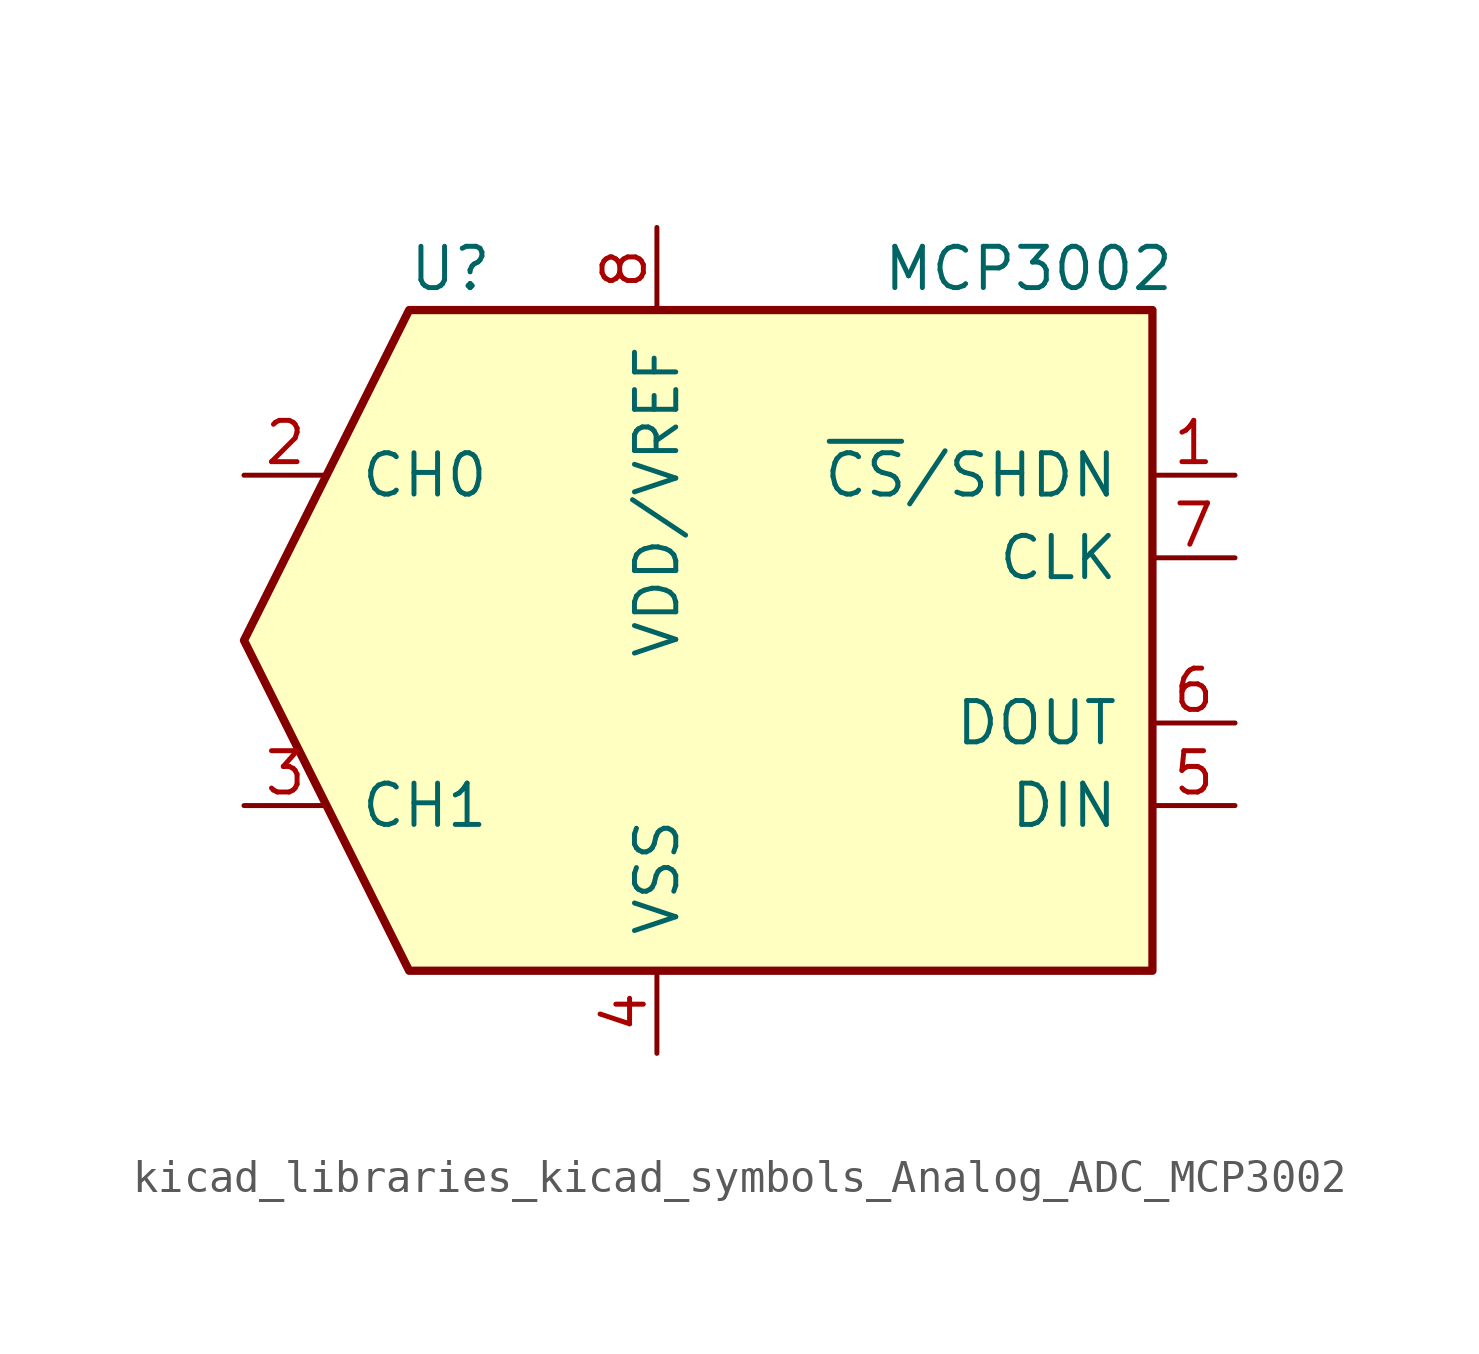
<source format=kicad_sym>
(kicad_symbol_lib
  (version 20220914)
  (generator kicad_symbol_editor)
  (symbol "kicad_libraries_kicad_symbols_Analog_ADC_MCP3002"
    (pin_names
      (offset 1.016))
    (property "Reference" "U"
      (at -6.35 11.43 0)
      (effects (font (size 1.27 1.27))))
    (property "Value" "MCP3002"
      (at 11.43 11.43 0)
      (effects (font (size 1.27 1.27))))
    (symbol "kicad_libraries_kicad_symbols_Analog_ADC_MCP3002_0_1"
      (polyline (pts (xy 15.24 10.16) (xy -7.62 10.16) (xy -12.7 0) (xy -7.62 -10.16) (xy 15.24 -10.16) (xy 15.24 10.16)) (stroke (width 0.254) (type default)) (fill (type background))))
    (symbol "kicad_libraries_kicad_symbols_Analog_ADC_MCP3002_1_1"
      (pin input line (at 17.78 5.08 180) (length 2.54) (name "~{CS}/SHDN" (effects (font (size 1.27 1.27)))) (number "1" (effects (font (size 1.27 1.27)))))
      (pin passive line (at -12.7 5.08 0) (length 2.54) (name "CH0" (effects (font (size 1.27 1.27)))) (number "2" (effects (font (size 1.27 1.27)))))
      (pin passive line (at -12.7 -5.08 0) (length 2.54) (name "CH1" (effects (font (size 1.27 1.27)))) (number "3" (effects (font (size 1.27 1.27)))))
      (pin power_in line (at 0 -12.7 90) (length 2.54) (name "VSS" (effects (font (size 1.27 1.27)))) (number "4" (effects (font (size 1.27 1.27)))))
      (pin input line (at 17.78 -5.08 180) (length 2.54) (name "DIN" (effects (font (size 1.27 1.27)))) (number "5" (effects (font (size 1.27 1.27)))))
      (pin output line (at 17.78 -2.54 180) (length 2.54) (name "DOUT" (effects (font (size 1.27 1.27)))) (number "6" (effects (font (size 1.27 1.27)))))
      (pin input line (at 17.78 2.54 180) (length 2.54) (name "CLK" (effects (font (size 1.27 1.27)))) (number "7" (effects (font (size 1.27 1.27)))))
      (pin power_in line (at 0 12.7 270) (length 2.54) (name "VDD/VREF" (effects (font (size 1.27 1.27)))) (number "8" (effects (font (size 1.27 1.27))))))))
</source>
